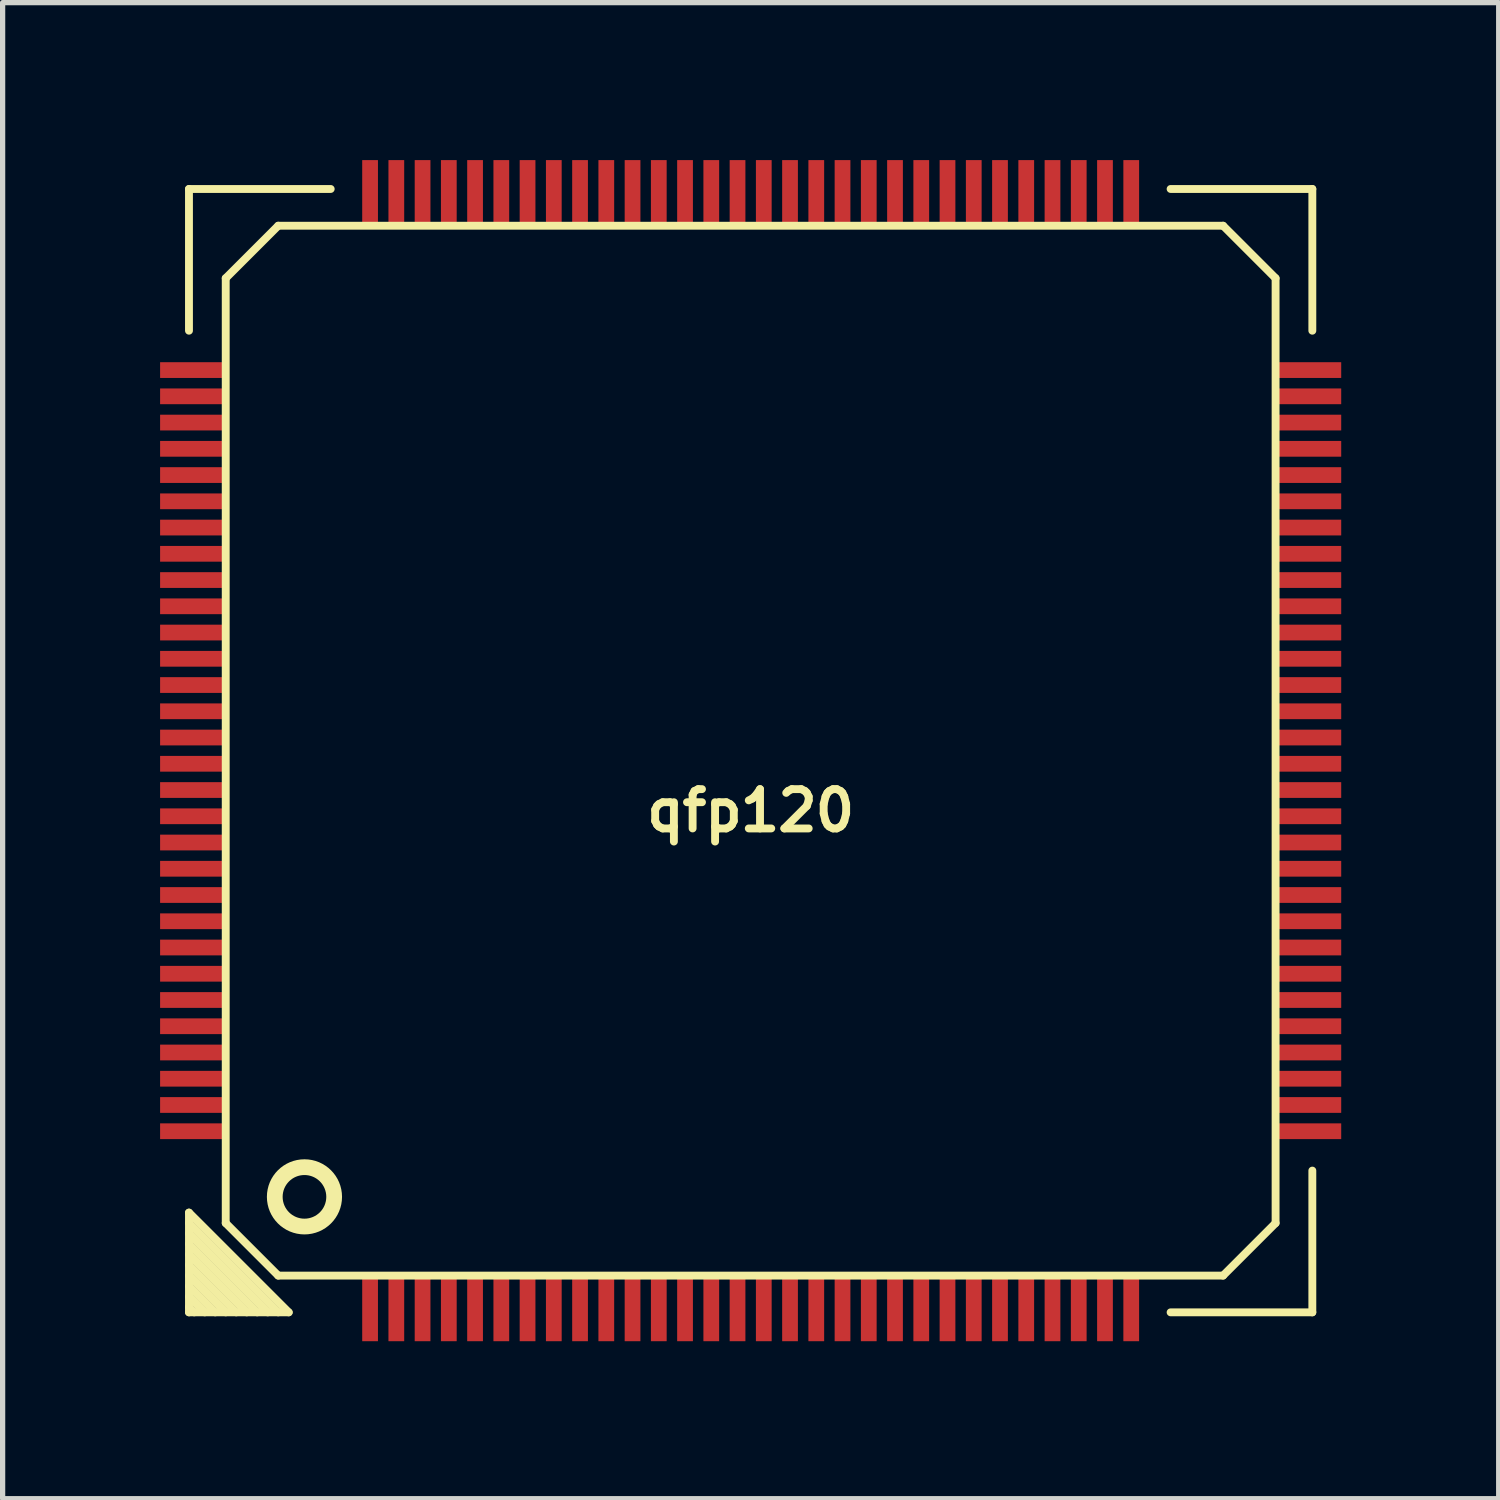
<source format=kicad_pcb>
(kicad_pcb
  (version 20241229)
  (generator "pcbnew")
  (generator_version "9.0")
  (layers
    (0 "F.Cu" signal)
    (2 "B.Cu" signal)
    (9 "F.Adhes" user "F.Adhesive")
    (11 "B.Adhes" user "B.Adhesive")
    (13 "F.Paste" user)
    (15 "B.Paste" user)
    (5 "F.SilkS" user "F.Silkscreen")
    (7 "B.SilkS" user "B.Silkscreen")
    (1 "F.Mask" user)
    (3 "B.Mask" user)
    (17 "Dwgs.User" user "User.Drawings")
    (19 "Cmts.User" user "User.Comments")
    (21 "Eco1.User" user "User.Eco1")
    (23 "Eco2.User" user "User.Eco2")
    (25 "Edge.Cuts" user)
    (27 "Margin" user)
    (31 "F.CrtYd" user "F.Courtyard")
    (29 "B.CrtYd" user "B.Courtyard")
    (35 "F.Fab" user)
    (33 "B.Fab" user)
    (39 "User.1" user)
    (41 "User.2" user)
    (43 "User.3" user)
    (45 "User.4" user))
  (footprint "qfp120"
    (layer "F.Cu")
    (at 11.25 11.25)
    (property "Reference" "qfp120" (at 0 1.143 0) (layer "F.SilkS") (effects (font (size 0.749 0.749) (thickness 0.15))))
    (attr through_hole)
    (fp_line (start -10.7 -10.7) (end -8 -10.7) (stroke (width 0.15) (type solid)) (layer "F.SilkS"))
    (fp_line (start -10.7 -8) (end -10.7 -10.7) (stroke (width 0.15) (type solid)) (layer "F.SilkS"))
    (fp_line (start -10.7 9.4) (end -9.4 10.7) (stroke (width 0.15) (type solid)) (layer "F.SilkS"))
    (fp_line (start -10.7 9.8) (end -9.8 10.7) (stroke (width 0.15) (type solid)) (layer "F.SilkS"))
    (fp_line (start -10.7 10.2) (end -10.2 10.7) (stroke (width 0.15) (type solid)) (layer "F.SilkS"))
    (fp_line (start -10.7 10.6) (end -10.6 10.7) (stroke (width 0.15) (type solid)) (layer "F.SilkS"))
    (fp_line (start -10.7 10.7) (end -10.7 8.8) (stroke (width 0.15) (type solid)) (layer "F.SilkS"))
    (fp_line (start -10.4 10.7) (end -10.7 10.4) (stroke (width 0.15) (type solid)) (layer "F.SilkS"))
    (fp_line (start -10 -9) (end -9 -10) (stroke (width 0.15) (type solid)) (layer "F.SilkS"))
    (fp_line (start -10 9) (end -10 -9) (stroke (width 0.15) (type solid)) (layer "F.SilkS"))
    (fp_line (start -10 10.7) (end -10.7 10) (stroke (width 0.15) (type solid)) (layer "F.SilkS"))
    (fp_line (start -9.6 10.7) (end -10.7 9.6) (stroke (width 0.15) (type solid)) (layer "F.SilkS"))
    (fp_line (start -9.2 10.7) (end -10.7 9.2) (stroke (width 0.15) (type solid)) (layer "F.SilkS"))
    (fp_line (start -9 -10) (end 9 -10) (stroke (width 0.15) (type solid)) (layer "F.SilkS"))
    (fp_line (start -9 10) (end -10 9) (stroke (width 0.15) (type solid)) (layer "F.SilkS"))
    (fp_line (start -9 10.7) (end -10.7 9) (stroke (width 0.15) (type solid)) (layer "F.SilkS"))
    (fp_line (start -8.8 10.7) (end -10.7 8.8) (stroke (width 0.15) (type solid)) (layer "F.SilkS"))
    (fp_line (start -8.8 10.7) (end -10.7 10.7) (stroke (width 0.15) (type solid)) (layer "F.SilkS"))
    (fp_line (start 8 -10.7) (end 10.7 -10.7) (stroke (width 0.15) (type solid)) (layer "F.SilkS"))
    (fp_line (start 9 -10) (end 10 -9) (stroke (width 0.15) (type solid)) (layer "F.SilkS"))
    (fp_line (start 9 10) (end -9 10) (stroke (width 0.15) (type solid)) (layer "F.SilkS"))
    (fp_line (start 10 9) (end 9 10) (stroke (width 0.15) (type solid)) (layer "F.SilkS"))
    (fp_line (start 10 9) (end 10 -9) (stroke (width 0.15) (type solid)) (layer "F.SilkS"))
    (fp_line (start 10.7 -10.7) (end 10.7 -8) (stroke (width 0.15) (type solid)) (layer "F.SilkS"))
    (fp_line (start 10.7 8) (end 10.7 10.7) (stroke (width 0.15) (type solid)) (layer "F.SilkS"))
    (fp_line (start 10.7 10.7) (end 8 10.7) (stroke (width 0.15) (type solid)) (layer "F.SilkS"))
    (fp_circle (center -8.5 8.5) (end -8.9 8.9) (stroke (width 0.3) (type solid)) (fill no) (layer "F.SilkS"))
    (pad "1" smd rect (at -7.25 10.6) (size 0.3 1.3) (layers "F.Cu" "F.Mask" "F.Paste"))
    (pad "2" smd rect (at -6.75 10.6) (size 0.3 1.3) (layers "F.Cu" "F.Mask" "F.Paste"))
    (pad "3" smd rect (at -6.25 10.6) (size 0.3 1.3) (layers "F.Cu" "F.Mask" "F.Paste"))
    (pad "4" smd rect (at -5.75 10.6) (size 0.3 1.3) (layers "F.Cu" "F.Mask" "F.Paste"))
    (pad "5" smd rect (at -5.25 10.6) (size 0.3 1.3) (layers "F.Cu" "F.Mask" "F.Paste"))
    (pad "6" smd rect (at -4.75 10.6) (size 0.3 1.3) (layers "F.Cu" "F.Mask" "F.Paste"))
    (pad "7" smd rect (at -4.25 10.6) (size 0.3 1.3) (layers "F.Cu" "F.Mask" "F.Paste"))
    (pad "8" smd rect (at -3.75 10.6) (size 0.3 1.3) (layers "F.Cu" "F.Mask" "F.Paste"))
    (pad "9" smd rect (at -3.25 10.6) (size 0.3 1.3) (layers "F.Cu" "F.Mask" "F.Paste"))
    (pad "10" smd rect (at -2.75 10.6) (size 0.3 1.3) (layers "F.Cu" "F.Mask" "F.Paste"))
    (pad "11" smd rect (at -2.25 10.6) (size 0.3 1.3) (layers "F.Cu" "F.Mask" "F.Paste"))
    (pad "12" smd rect (at -1.75 10.6) (size 0.3 1.3) (layers "F.Cu" "F.Mask" "F.Paste"))
    (pad "13" smd rect (at -1.25 10.6) (size 0.3 1.3) (layers "F.Cu" "F.Mask" "F.Paste"))
    (pad "14" smd rect (at -0.75 10.6) (size 0.3 1.3) (layers "F.Cu" "F.Mask" "F.Paste"))
    (pad "15" smd rect (at -0.25 10.6) (size 0.3 1.3) (layers "F.Cu" "F.Mask" "F.Paste"))
    (pad "16" smd rect (at 0.25 10.6) (size 0.3 1.3) (layers "F.Cu" "F.Mask" "F.Paste"))
    (pad "17" smd rect (at 0.75 10.6) (size 0.3 1.3) (layers "F.Cu" "F.Mask" "F.Paste"))
    (pad "18" smd rect (at 1.25 10.6) (size 0.3 1.3) (layers "F.Cu" "F.Mask" "F.Paste"))
    (pad "19" smd rect (at 1.75 10.6) (size 0.3 1.3) (layers "F.Cu" "F.Mask" "F.Paste"))
    (pad "20" smd rect (at 2.25 10.6) (size 0.3 1.3) (layers "F.Cu" "F.Mask" "F.Paste"))
    (pad "21" smd rect (at 2.75 10.6) (size 0.3 1.3) (layers "F.Cu" "F.Mask" "F.Paste"))
    (pad "22" smd rect (at 3.25 10.6) (size 0.3 1.3) (layers "F.Cu" "F.Mask" "F.Paste"))
    (pad "23" smd rect (at 3.75 10.6) (size 0.3 1.3) (layers "F.Cu" "F.Mask" "F.Paste"))
    (pad "24" smd rect (at 4.25 10.6) (size 0.3 1.3) (layers "F.Cu" "F.Mask" "F.Paste"))
    (pad "25" smd rect (at 4.75 10.6) (size 0.3 1.3) (layers "F.Cu" "F.Mask" "F.Paste"))
    (pad "26" smd rect (at 5.25 10.6) (size 0.3 1.3) (layers "F.Cu" "F.Mask" "F.Paste"))
    (pad "27" smd rect (at 5.75 10.6) (size 0.3 1.3) (layers "F.Cu" "F.Mask" "F.Paste"))
    (pad "28" smd rect (at 6.25 10.6) (size 0.3 1.3) (layers "F.Cu" "F.Mask" "F.Paste"))
    (pad "29" smd rect (at 6.75 10.6) (size 0.3 1.3) (layers "F.Cu" "F.Mask" "F.Paste"))
    (pad "30" smd rect (at 7.25 10.6) (size 0.3 1.3) (layers "F.Cu" "F.Mask" "F.Paste"))
    (pad "31" smd rect (at 10.6 7.25) (size 1.3 0.3) (layers "F.Cu" "F.Mask" "F.Paste"))
    (pad "32" smd rect (at 10.6 6.75) (size 1.3 0.3) (layers "F.Cu" "F.Mask" "F.Paste"))
    (pad "33" smd rect (at 10.6 6.25) (size 1.3 0.3) (layers "F.Cu" "F.Mask" "F.Paste"))
    (pad "34" smd rect (at 10.6 5.75) (size 1.3 0.3) (layers "F.Cu" "F.Mask" "F.Paste"))
    (pad "35" smd rect (at 10.6 5.25) (size 1.3 0.3) (layers "F.Cu" "F.Mask" "F.Paste"))
    (pad "36" smd rect (at 10.6 4.75) (size 1.3 0.3) (layers "F.Cu" "F.Mask" "F.Paste"))
    (pad "37" smd rect (at 10.6 4.25) (size 1.3 0.3) (layers "F.Cu" "F.Mask" "F.Paste"))
    (pad "38" smd rect (at 10.6 3.75) (size 1.3 0.3) (layers "F.Cu" "F.Mask" "F.Paste"))
    (pad "39" smd rect (at 10.6 3.25) (size 1.3 0.3) (layers "F.Cu" "F.Mask" "F.Paste"))
    (pad "40" smd rect (at 10.6 2.75) (size 1.3 0.3) (layers "F.Cu" "F.Mask" "F.Paste"))
    (pad "41" smd rect (at 10.6 2.25) (size 1.3 0.3) (layers "F.Cu" "F.Mask" "F.Paste"))
    (pad "42" smd rect (at 10.6 1.75) (size 1.3 0.3) (layers "F.Cu" "F.Mask" "F.Paste"))
    (pad "43" smd rect (at 10.6 1.25) (size 1.3 0.3) (layers "F.Cu" "F.Mask" "F.Paste"))
    (pad "44" smd rect (at 10.6 0.75) (size 1.3 0.3) (layers "F.Cu" "F.Mask" "F.Paste"))
    (pad "45" smd rect (at 10.6 0.25) (size 1.3 0.3) (layers "F.Cu" "F.Mask" "F.Paste"))
    (pad "46" smd rect (at 10.6 -0.25) (size 1.3 0.3) (layers "F.Cu" "F.Mask" "F.Paste"))
    (pad "47" smd rect (at 10.6 -0.75) (size 1.3 0.3) (layers "F.Cu" "F.Mask" "F.Paste"))
    (pad "48" smd rect (at 10.6 -1.25) (size 1.3 0.3) (layers "F.Cu" "F.Mask" "F.Paste"))
    (pad "49" smd rect (at 10.6 -1.75) (size 1.3 0.3) (layers "F.Cu" "F.Mask" "F.Paste"))
    (pad "50" smd rect (at 10.6 -2.25) (size 1.3 0.3) (layers "F.Cu" "F.Mask" "F.Paste"))
    (pad "51" smd rect (at 10.6 -2.75) (size 1.3 0.3) (layers "F.Cu" "F.Mask" "F.Paste"))
    (pad "52" smd rect (at 10.6 -3.25) (size 1.3 0.3) (layers "F.Cu" "F.Mask" "F.Paste"))
    (pad "53" smd rect (at 10.6 -3.75) (size 1.3 0.3) (layers "F.Cu" "F.Mask" "F.Paste"))
    (pad "54" smd rect (at 10.6 -4.25) (size 1.3 0.3) (layers "F.Cu" "F.Mask" "F.Paste"))
    (pad "55" smd rect (at 10.6 -4.75) (size 1.3 0.3) (layers "F.Cu" "F.Mask" "F.Paste"))
    (pad "56" smd rect (at 10.6 -5.25) (size 1.3 0.3) (layers "F.Cu" "F.Mask" "F.Paste"))
    (pad "57" smd rect (at 10.6 -5.75) (size 1.3 0.3) (layers "F.Cu" "F.Mask" "F.Paste"))
    (pad "58" smd rect (at 10.6 -6.25) (size 1.3 0.3) (layers "F.Cu" "F.Mask" "F.Paste"))
    (pad "59" smd rect (at 10.6 -6.75) (size 1.3 0.3) (layers "F.Cu" "F.Mask" "F.Paste"))
    (pad "60" smd rect (at 10.6 -7.25) (size 1.3 0.3) (layers "F.Cu" "F.Mask" "F.Paste"))
    (pad "61" smd rect (at 7.25 -10.6) (size 0.3 1.3) (layers "F.Cu" "F.Mask" "F.Paste"))
    (pad "62" smd rect (at 6.75 -10.6) (size 0.3 1.3) (layers "F.Cu" "F.Mask" "F.Paste"))
    (pad "63" smd rect (at 6.25 -10.6) (size 0.3 1.3) (layers "F.Cu" "F.Mask" "F.Paste"))
    (pad "64" smd rect (at 5.75 -10.6) (size 0.3 1.3) (layers "F.Cu" "F.Mask" "F.Paste"))
    (pad "65" smd rect (at 5.25 -10.6) (size 0.3 1.3) (layers "F.Cu" "F.Mask" "F.Paste"))
    (pad "66" smd rect (at 4.75 -10.6) (size 0.3 1.3) (layers "F.Cu" "F.Mask" "F.Paste"))
    (pad "67" smd rect (at 4.25 -10.6) (size 0.3 1.3) (layers "F.Cu" "F.Mask" "F.Paste"))
    (pad "68" smd rect (at 3.75 -10.6) (size 0.3 1.3) (layers "F.Cu" "F.Mask" "F.Paste"))
    (pad "69" smd rect (at 3.25 -10.6) (size 0.3 1.3) (layers "F.Cu" "F.Mask" "F.Paste"))
    (pad "70" smd rect (at 2.75 -10.6) (size 0.3 1.3) (layers "F.Cu" "F.Mask" "F.Paste"))
    (pad "71" smd rect (at 2.25 -10.6) (size 0.3 1.3) (layers "F.Cu" "F.Mask" "F.Paste"))
    (pad "72" smd rect (at 1.75 -10.6) (size 0.3 1.3) (layers "F.Cu" "F.Mask" "F.Paste"))
    (pad "73" smd rect (at 1.25 -10.6) (size 0.3 1.3) (layers "F.Cu" "F.Mask" "F.Paste"))
    (pad "74" smd rect (at 0.75 -10.6) (size 0.3 1.3) (layers "F.Cu" "F.Mask" "F.Paste"))
    (pad "75" smd rect (at 0.25 -10.6) (size 0.3 1.3) (layers "F.Cu" "F.Mask" "F.Paste"))
    (pad "76" smd rect (at -0.25 -10.6) (size 0.3 1.3) (layers "F.Cu" "F.Mask" "F.Paste"))
    (pad "77" smd rect (at -0.75 -10.6) (size 0.3 1.3) (layers "F.Cu" "F.Mask" "F.Paste"))
    (pad "78" smd rect (at -1.25 -10.6) (size 0.3 1.3) (layers "F.Cu" "F.Mask" "F.Paste"))
    (pad "79" smd rect (at -1.75 -10.6) (size 0.3 1.3) (layers "F.Cu" "F.Mask" "F.Paste"))
    (pad "80" smd rect (at -2.25 -10.6) (size 0.3 1.3) (layers "F.Cu" "F.Mask" "F.Paste"))
    (pad "81" smd rect (at -2.75 -10.6) (size 0.3 1.3) (layers "F.Cu" "F.Mask" "F.Paste"))
    (pad "82" smd rect (at -3.25 -10.6) (size 0.3 1.3) (layers "F.Cu" "F.Mask" "F.Paste"))
    (pad "83" smd rect (at -3.75 -10.6) (size 0.3 1.3) (layers "F.Cu" "F.Mask" "F.Paste"))
    (pad "84" smd rect (at -4.25 -10.6) (size 0.3 1.3) (layers "F.Cu" "F.Mask" "F.Paste"))
    (pad "85" smd rect (at -4.75 -10.6) (size 0.3 1.3) (layers "F.Cu" "F.Mask" "F.Paste"))
    (pad "86" smd rect (at -5.25 -10.6) (size 0.3 1.3) (layers "F.Cu" "F.Mask" "F.Paste"))
    (pad "87" smd rect (at -5.75 -10.6) (size 0.3 1.3) (layers "F.Cu" "F.Mask" "F.Paste"))
    (pad "88" smd rect (at -6.25 -10.6) (size 0.3 1.3) (layers "F.Cu" "F.Mask" "F.Paste"))
    (pad "89" smd rect (at -6.75 -10.6) (size 0.3 1.3) (layers "F.Cu" "F.Mask" "F.Paste"))
    (pad "90" smd rect (at -7.25 -10.6) (size 0.3 1.3) (layers "F.Cu" "F.Mask" "F.Paste"))
    (pad "91" smd rect (at -10.6 -7.25) (size 1.3 0.3) (layers "F.Cu" "F.Mask" "F.Paste"))
    (pad "92" smd rect (at -10.6 -6.75) (size 1.3 0.3) (layers "F.Cu" "F.Mask" "F.Paste"))
    (pad "93" smd rect (at -10.6 -6.25) (size 1.3 0.3) (layers "F.Cu" "F.Mask" "F.Paste"))
    (pad "94" smd rect (at -10.6 -5.75) (size 1.3 0.3) (layers "F.Cu" "F.Mask" "F.Paste"))
    (pad "95" smd rect (at -10.6 -5.25) (size 1.3 0.3) (layers "F.Cu" "F.Mask" "F.Paste"))
    (pad "96" smd rect (at -10.6 -4.75) (size 1.3 0.3) (layers "F.Cu" "F.Mask" "F.Paste"))
    (pad "97" smd rect (at -10.6 -4.25) (size 1.3 0.3) (layers "F.Cu" "F.Mask" "F.Paste"))
    (pad "98" smd rect (at -10.6 -3.75) (size 1.3 0.3) (layers "F.Cu" "F.Mask" "F.Paste"))
    (pad "99" smd rect (at -10.6 -3.25) (size 1.3 0.3) (layers "F.Cu" "F.Mask" "F.Paste"))
    (pad "100" smd rect (at -10.6 -2.75) (size 1.3 0.3) (layers "F.Cu" "F.Mask" "F.Paste"))
    (pad "101" smd rect (at -10.6 -2.25) (size 1.3 0.3) (layers "F.Cu" "F.Mask" "F.Paste"))
    (pad "102" smd rect (at -10.6 -1.75) (size 1.3 0.3) (layers "F.Cu" "F.Mask" "F.Paste"))
    (pad "103" smd rect (at -10.6 -1.25) (size 1.3 0.3) (layers "F.Cu" "F.Mask" "F.Paste"))
    (pad "104" smd rect (at -10.6 -0.75) (size 1.3 0.3) (layers "F.Cu" "F.Mask" "F.Paste"))
    (pad "105" smd rect (at -10.6 -0.25) (size 1.3 0.3) (layers "F.Cu" "F.Mask" "F.Paste"))
    (pad "106" smd rect (at -10.6 0.25) (size 1.3 0.3) (layers "F.Cu" "F.Mask" "F.Paste"))
    (pad "107" smd rect (at -10.6 0.75) (size 1.3 0.3) (layers "F.Cu" "F.Mask" "F.Paste"))
    (pad "108" smd rect (at -10.6 1.25) (size 1.3 0.3) (layers "F.Cu" "F.Mask" "F.Paste"))
    (pad "109" smd rect (at -10.6 1.75) (size 1.3 0.3) (layers "F.Cu" "F.Mask" "F.Paste"))
    (pad "110" smd rect (at -10.6 2.25) (size 1.3 0.3) (layers "F.Cu" "F.Mask" "F.Paste"))
    (pad "111" smd rect (at -10.6 2.75) (size 1.3 0.3) (layers "F.Cu" "F.Mask" "F.Paste"))
    (pad "112" smd rect (at -10.6 3.25) (size 1.3 0.3) (layers "F.Cu" "F.Mask" "F.Paste"))
    (pad "113" smd rect (at -10.6 3.75) (size 1.3 0.3) (layers "F.Cu" "F.Mask" "F.Paste"))
    (pad "114" smd rect (at -10.6 4.25) (size 1.3 0.3) (layers "F.Cu" "F.Mask" "F.Paste"))
    (pad "115" smd rect (at -10.6 4.75) (size 1.3 0.3) (layers "F.Cu" "F.Mask" "F.Paste"))
    (pad "116" smd rect (at -10.6 5.25) (size 1.3 0.3) (layers "F.Cu" "F.Mask" "F.Paste"))
    (pad "117" smd rect (at -10.6 5.75) (size 1.3 0.3) (layers "F.Cu" "F.Mask" "F.Paste"))
    (pad "118" smd rect (at -10.6 6.25) (size 1.3 0.3) (layers "F.Cu" "F.Mask" "F.Paste"))
    (pad "119" smd rect (at -10.6 6.75) (size 1.3 0.3) (layers "F.Cu" "F.Mask" "F.Paste"))
    (pad "120" smd rect (at -10.6 7.25) (size 1.3 0.3) (layers "F.Cu" "F.Mask" "F.Paste")))
  (gr_rect
    (start -3 -3)
    (end 25.5 25.5)
    (stroke (width 0.1) (type default))
    (fill no)
    (layer "Edge.Cuts")))
</source>
